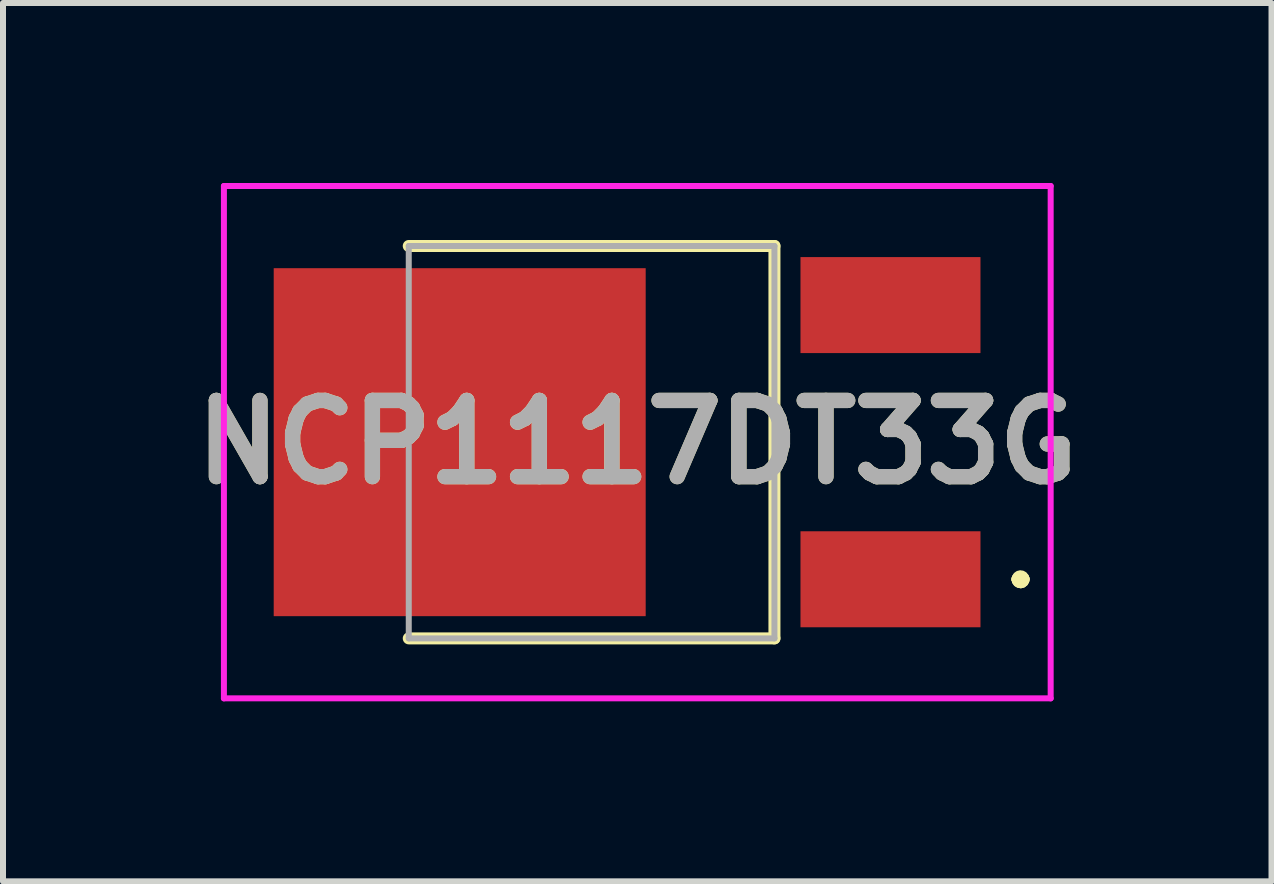
<source format=kicad_pcb>
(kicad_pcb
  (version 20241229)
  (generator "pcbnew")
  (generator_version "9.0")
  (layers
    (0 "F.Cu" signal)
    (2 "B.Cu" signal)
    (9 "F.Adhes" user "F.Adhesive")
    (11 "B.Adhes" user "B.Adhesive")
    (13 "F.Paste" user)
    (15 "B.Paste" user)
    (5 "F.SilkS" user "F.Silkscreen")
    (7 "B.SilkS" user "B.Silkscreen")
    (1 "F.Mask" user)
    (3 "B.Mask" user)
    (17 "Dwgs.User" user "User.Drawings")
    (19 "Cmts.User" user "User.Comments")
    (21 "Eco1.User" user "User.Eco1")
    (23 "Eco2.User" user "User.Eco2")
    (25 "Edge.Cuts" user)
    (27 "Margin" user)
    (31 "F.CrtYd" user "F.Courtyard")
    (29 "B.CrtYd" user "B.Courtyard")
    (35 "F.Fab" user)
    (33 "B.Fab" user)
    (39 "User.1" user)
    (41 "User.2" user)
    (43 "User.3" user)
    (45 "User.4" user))
  (footprint "NCP1117DT33G"
    (layer "F.Cu")
    (at 6.81 4.32)
    (property "Reference" "NCP1117DT33G" (at 0.762 0 0) (layer "F.SilkS") (effects (font (size 1.27 1.27) (thickness 0.254))))
    (attr smd)
    (fp_line (start -3.047 3.27) (end 3.048 3.27) (stroke (width 0.2) (type solid)) (layer "F.SilkS"))
    (fp_line (start 3.048 -3.27) (end -3.047 -3.27) (stroke (width 0.2) (type solid)) (layer "F.SilkS"))
    (fp_line (start 3.048 3.27) (end 3.048 -3.27) (stroke (width 0.2) (type solid)) (layer "F.SilkS"))
    (fp_line (start 7.1 2.285) (end 7.1 2.285) (stroke (width 0.2) (type solid)) (layer "F.SilkS"))
    (fp_line (start 7.1 2.285) (end 7.1 2.285) (stroke (width 0.2) (type solid)) (layer "F.SilkS"))
    (fp_line (start 7.2 2.285) (end 7.2 2.285) (stroke (width 0.2) (type solid)) (layer "F.SilkS"))
    (fp_arc (start 7.1 2.285) (mid 7.15 2.235) (end 7.2 2.285) (stroke (width 0.2) (type solid)) (layer "F.SilkS"))
    (fp_arc (start 7.2 2.285) (mid 7.15 2.335) (end 7.1 2.285) (stroke (width 0.2) (type solid)) (layer "F.SilkS"))
    (fp_arc (start 7.2 2.285) (mid 7.15 2.335) (end 7.1 2.285) (stroke (width 0.2) (type solid)) (layer "F.SilkS"))
    (fp_line (start -6.128 -4.27) (end 7.652 -4.27) (stroke (width 0.1) (type solid)) (layer "F.CrtYd"))
    (fp_line (start -6.128 4.27) (end -6.128 -4.27) (stroke (width 0.1) (type solid)) (layer "F.CrtYd"))
    (fp_line (start 7.652 -4.27) (end 7.652 4.27) (stroke (width 0.1) (type solid)) (layer "F.CrtYd"))
    (fp_line (start 7.652 4.27) (end -6.128 4.27) (stroke (width 0.1) (type solid)) (layer "F.CrtYd"))
    (fp_line (start -3.047 -3.27) (end 3.048 -3.27) (stroke (width 0.1) (type solid)) (layer "F.Fab"))
    (fp_line (start -3.047 3.27) (end -3.047 -3.27) (stroke (width 0.1) (type solid)) (layer "F.Fab"))
    (fp_line (start 3.048 -3.27) (end 3.048 3.27) (stroke (width 0.1) (type solid)) (layer "F.Fab"))
    (fp_line (start 3.048 3.27) (end -3.047 3.27) (stroke (width 0.1) (type solid)) (layer "F.Fab"))
    (fp_text user "${REFERENCE}" (at 0.762 0 0) (layer "F.Fab") (effects (font (size 1.27 1.27) (thickness 0.254))))
    (pad "1" smd rect (at 4.982 2.285 90) (size 1.6 3) (layers "F.Cu" "F.Mask" "F.Paste"))
    (pad "2" smd rect (at -2.198 0 90) (size 5.8 6.2) (layers "F.Cu" "F.Mask" "F.Paste"))
    (pad "3" smd rect (at 4.982 -2.285 90) (size 1.6 3) (layers "F.Cu" "F.Mask" "F.Paste")))
  (gr_rect
    (start -3 -3)
    (end 18.143 11.64)
    (stroke (width 0.1) (type default))
    (fill no)
    (layer "Edge.Cuts")))
</source>
